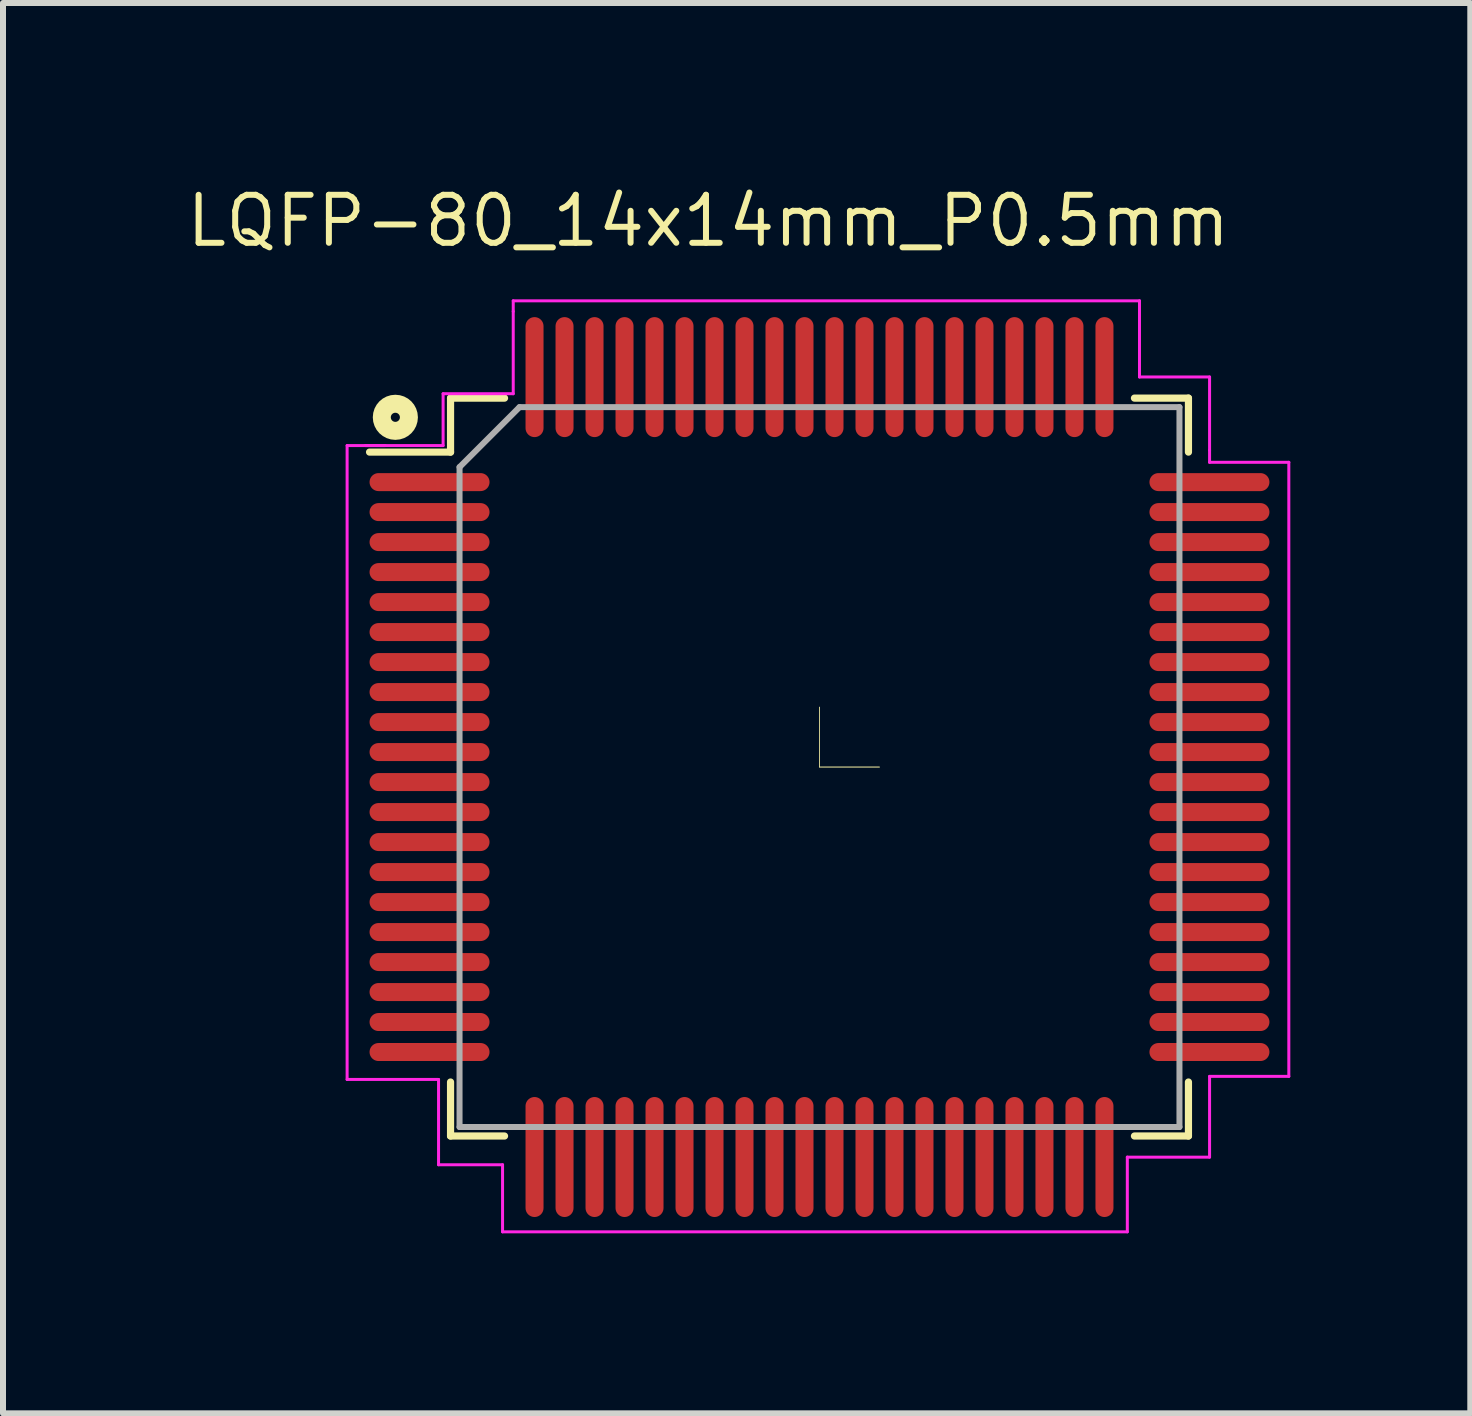
<source format=kicad_pcb>
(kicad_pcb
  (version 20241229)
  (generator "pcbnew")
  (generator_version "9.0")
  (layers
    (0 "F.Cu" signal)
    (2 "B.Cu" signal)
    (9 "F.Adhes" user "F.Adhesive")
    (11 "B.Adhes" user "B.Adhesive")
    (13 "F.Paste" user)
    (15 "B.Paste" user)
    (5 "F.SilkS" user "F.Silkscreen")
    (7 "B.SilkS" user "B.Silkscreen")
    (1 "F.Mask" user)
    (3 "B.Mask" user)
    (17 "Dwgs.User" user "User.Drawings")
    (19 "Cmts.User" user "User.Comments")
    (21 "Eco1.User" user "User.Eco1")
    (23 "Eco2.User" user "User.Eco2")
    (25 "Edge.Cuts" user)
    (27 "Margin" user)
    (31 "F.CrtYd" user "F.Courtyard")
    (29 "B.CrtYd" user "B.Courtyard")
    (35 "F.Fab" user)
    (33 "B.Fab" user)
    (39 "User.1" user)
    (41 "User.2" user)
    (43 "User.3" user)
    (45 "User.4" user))
  (footprint "LQFP-80_14x14mm_P0.5mm"
    (layer "F.Cu")
    (at 10.61 9.736)
    (property "Reference" "LQFP-80_14x14mm_P0.5mm" (at -1.854 -8.636 0) (unlocked yes) (layer "F.SilkS") (effects (font (size 0.8 0.8) (thickness 0.1)) (justify bottom)))
    (fp_line (start -6.15 -6.15) (end -6.15 -5.25) (stroke (width 0.12) (type solid)) (layer "F.SilkS"))
    (fp_line (start -6.15 -5.25) (end -7.5 -5.25) (stroke (width 0.12) (type solid)) (layer "F.SilkS"))
    (fp_line (start -6.15 6.15) (end -6.15 5.25) (stroke (width 0.12) (type solid)) (layer "F.SilkS"))
    (fp_line (start -5.25 -6.15) (end -6.15 -6.15) (stroke (width 0.12) (type solid)) (layer "F.SilkS"))
    (fp_line (start -5.25 6.15) (end -6.15 6.15) (stroke (width 0.12) (type solid)) (layer "F.SilkS"))
    (fp_line (start 0 0) (end 0 -1) (stroke (width 0.01) (type solid)) (layer "F.SilkS"))
    (fp_line (start 0 0) (end 0 -1) (stroke (width 0.01) (type solid)) (layer "F.SilkS"))
    (fp_line (start 0 0) (end 1 0) (stroke (width 0.01) (type solid)) (layer "F.SilkS"))
    (fp_line (start 0 0) (end 1 0) (stroke (width 0.01) (type solid)) (layer "F.SilkS"))
    (fp_line (start 5.25 -6.15) (end 6.15 -6.15) (stroke (width 0.12) (type solid)) (layer "F.SilkS"))
    (fp_line (start 5.25 6.15) (end 6.15 6.15) (stroke (width 0.12) (type solid)) (layer "F.SilkS"))
    (fp_line (start 6.15 -6.15) (end 6.15 -5.25) (stroke (width 0.12) (type solid)) (layer "F.SilkS"))
    (fp_line (start 6.15 6.15) (end 6.15 5.25) (stroke (width 0.12) (type solid)) (layer "F.SilkS"))
    (fp_circle (center -7.07 -5.83) (end -6.844 -5.83) (stroke (width 0.3) (type solid)) (fill no) (layer "F.SilkS"))
    (fp_line (start -7.874 -5.359) (end -7.239 -5.359) (stroke (width 0.05) (type default)) (layer "F.CrtYd"))
    (fp_line (start -7.874 5.207) (end -7.874 -5.359) (stroke (width 0.05) (type default)) (layer "F.CrtYd"))
    (fp_line (start -7.569 -5.359) (end -6.274 -5.359) (stroke (width 0.05) (type default)) (layer "F.CrtYd"))
    (fp_line (start -6.35 5.207) (end -7.874 5.207) (stroke (width 0.05) (type default)) (layer "F.CrtYd"))
    (fp_line (start -6.35 6.629) (end -6.35 5.207) (stroke (width 0.05) (type default)) (layer "F.CrtYd"))
    (fp_line (start -6.274 -6.223) (end -5.105 -6.223) (stroke (width 0.05) (type default)) (layer "F.CrtYd"))
    (fp_line (start -6.274 -5.359) (end -6.274 -6.223) (stroke (width 0.05) (type default)) (layer "F.CrtYd"))
    (fp_line (start -5.283 6.629) (end -6.35 6.629) (stroke (width 0.05) (type default)) (layer "F.CrtYd"))
    (fp_line (start -5.283 7.747) (end -5.283 6.629) (stroke (width 0.05) (type default)) (layer "F.CrtYd"))
    (fp_line (start -5.105 -7.772) (end 5.334 -7.772) (stroke (width 0.05) (type default)) (layer "F.CrtYd"))
    (fp_line (start -5.105 -7.595) (end -5.105 -7.772) (stroke (width 0.05) (type default)) (layer "F.CrtYd"))
    (fp_line (start -5.105 -6.223) (end -5.105 -7.595) (stroke (width 0.05) (type default)) (layer "F.CrtYd"))
    (fp_line (start 5.131 6.502) (end 5.131 7.747) (stroke (width 0.05) (type default)) (layer "F.CrtYd"))
    (fp_line (start 5.131 7.747) (end -5.283 7.747) (stroke (width 0.05) (type default)) (layer "F.CrtYd"))
    (fp_line (start 5.334 -7.772) (end 5.334 -6.502) (stroke (width 0.05) (type default)) (layer "F.CrtYd"))
    (fp_line (start 5.334 -6.502) (end 6.502 -6.502) (stroke (width 0.05) (type default)) (layer "F.CrtYd"))
    (fp_line (start 6.502 -6.502) (end 6.502 -5.283) (stroke (width 0.05) (type default)) (layer "F.CrtYd"))
    (fp_line (start 6.502 -5.283) (end 6.502 -5.08) (stroke (width 0.05) (type default)) (layer "F.CrtYd"))
    (fp_line (start 6.502 -5.08) (end 7.823 -5.08) (stroke (width 0.05) (type default)) (layer "F.CrtYd"))
    (fp_line (start 6.502 5.156) (end 6.502 6.502) (stroke (width 0.05) (type default)) (layer "F.CrtYd"))
    (fp_line (start 6.502 6.502) (end 5.131 6.502) (stroke (width 0.05) (type default)) (layer "F.CrtYd"))
    (fp_line (start 7.823 -5.08) (end 7.823 5.156) (stroke (width 0.05) (type default)) (layer "F.CrtYd"))
    (fp_line (start 7.823 5.156) (end 6.502 5.156) (stroke (width 0.05) (type default)) (layer "F.CrtYd"))
    (fp_line (start -6 -5) (end -6 6) (stroke (width 0.1) (type solid)) (layer "F.Fab"))
    (fp_line (start -6 6) (end 6 6) (stroke (width 0.1) (type solid)) (layer "F.Fab"))
    (fp_line (start -5 -6) (end -6 -5) (stroke (width 0.1) (type solid)) (layer "F.Fab"))
    (fp_line (start 6 -6) (end -5 -6) (stroke (width 0.1) (type solid)) (layer "F.Fab"))
    (fp_line (start 6 6) (end 6 -6) (stroke (width 0.1) (type solid)) (layer "F.Fab"))
    (pad "1" smd oval (at -6.5 -4.75 90) (size 0.3 2) (layers "F.Cu" "F.Mask" "F.Paste"))
    (pad "2" smd oval (at -6.5 -4.25 90) (size 0.3 2) (layers "F.Cu" "F.Mask" "F.Paste"))
    (pad "3" smd oval (at -6.5 -3.75 90) (size 0.3 2) (layers "F.Cu" "F.Mask" "F.Paste"))
    (pad "4" smd oval (at -6.5 -3.25 90) (size 0.3 2) (layers "F.Cu" "F.Mask" "F.Paste"))
    (pad "5" smd oval (at -6.5 -2.75 90) (size 0.3 2) (layers "F.Cu" "F.Mask" "F.Paste"))
    (pad "6" smd oval (at -6.5 -2.25 90) (size 0.3 2) (layers "F.Cu" "F.Mask" "F.Paste"))
    (pad "7" smd oval (at -6.5 -1.75 90) (size 0.3 2) (layers "F.Cu" "F.Mask" "F.Paste"))
    (pad "8" smd oval (at -6.5 -1.25 90) (size 0.3 2) (layers "F.Cu" "F.Mask" "F.Paste"))
    (pad "9" smd oval (at -6.5 -0.75 90) (size 0.3 2) (layers "F.Cu" "F.Mask" "F.Paste"))
    (pad "10" smd oval (at -6.5 -0.25 90) (size 0.3 2) (layers "F.Cu" "F.Mask" "F.Paste"))
    (pad "11" smd oval (at -6.5 0.25 90) (size 0.3 2) (layers "F.Cu" "F.Mask" "F.Paste"))
    (pad "12" smd oval (at -6.5 0.75 90) (size 0.3 2) (layers "F.Cu" "F.Mask" "F.Paste"))
    (pad "13" smd oval (at -6.5 1.25 90) (size 0.3 2) (layers "F.Cu" "F.Mask" "F.Paste"))
    (pad "14" smd oval (at -6.5 1.75 90) (size 0.3 2) (layers "F.Cu" "F.Mask" "F.Paste"))
    (pad "15" smd oval (at -6.5 2.25 90) (size 0.3 2) (layers "F.Cu" "F.Mask" "F.Paste"))
    (pad "16" smd oval (at -6.5 2.75 90) (size 0.3 2) (layers "F.Cu" "F.Mask" "F.Paste"))
    (pad "17" smd oval (at -6.5 3.25 90) (size 0.3 2) (layers "F.Cu" "F.Mask" "F.Paste"))
    (pad "18" smd oval (at -6.5 3.75 90) (size 0.3 2) (layers "F.Cu" "F.Mask" "F.Paste"))
    (pad "19" smd oval (at -6.5 4.25 90) (size 0.3 2) (layers "F.Cu" "F.Mask" "F.Paste"))
    (pad "20" smd oval (at -6.5 4.75 90) (size 0.3 2) (layers "F.Cu" "F.Mask" "F.Paste"))
    (pad "21" smd oval (at -4.75 6.5) (size 0.3 2) (layers "F.Cu" "F.Mask" "F.Paste"))
    (pad "22" smd oval (at -4.25 6.5) (size 0.3 2) (layers "F.Cu" "F.Mask" "F.Paste"))
    (pad "23" smd oval (at -3.75 6.5) (size 0.3 2) (layers "F.Cu" "F.Mask" "F.Paste"))
    (pad "24" smd oval (at -3.25 6.5) (size 0.3 2) (layers "F.Cu" "F.Mask" "F.Paste"))
    (pad "25" smd oval (at -2.75 6.5) (size 0.3 2) (layers "F.Cu" "F.Mask" "F.Paste"))
    (pad "26" smd oval (at -2.25 6.5) (size 0.3 2) (layers "F.Cu" "F.Mask" "F.Paste"))
    (pad "27" smd oval (at -1.75 6.5) (size 0.3 2) (layers "F.Cu" "F.Mask" "F.Paste"))
    (pad "28" smd oval (at -1.25 6.5) (size 0.3 2) (layers "F.Cu" "F.Mask" "F.Paste"))
    (pad "29" smd oval (at -0.75 6.5) (size 0.3 2) (layers "F.Cu" "F.Mask" "F.Paste"))
    (pad "30" smd oval (at -0.25 6.5) (size 0.3 2) (layers "F.Cu" "F.Mask" "F.Paste"))
    (pad "31" smd oval (at 0.25 6.5) (size 0.3 2) (layers "F.Cu" "F.Mask" "F.Paste"))
    (pad "32" smd oval (at 0.75 6.5) (size 0.3 2) (layers "F.Cu" "F.Mask" "F.Paste"))
    (pad "33" smd oval (at 1.25 6.5) (size 0.3 2) (layers "F.Cu" "F.Mask" "F.Paste"))
    (pad "34" smd oval (at 1.75 6.5) (size 0.3 2) (layers "F.Cu" "F.Mask" "F.Paste"))
    (pad "35" smd oval (at 2.25 6.5) (size 0.3 2) (layers "F.Cu" "F.Mask" "F.Paste"))
    (pad "36" smd oval (at 2.75 6.5) (size 0.3 2) (layers "F.Cu" "F.Mask" "F.Paste"))
    (pad "37" smd oval (at 3.25 6.5) (size 0.3 2) (layers "F.Cu" "F.Mask" "F.Paste"))
    (pad "38" smd oval (at 3.75 6.5) (size 0.3 2) (layers "F.Cu" "F.Mask" "F.Paste"))
    (pad "39" smd oval (at 4.25 6.5) (size 0.3 2) (layers "F.Cu" "F.Mask" "F.Paste"))
    (pad "40" smd oval (at 4.75 6.5) (size 0.3 2) (layers "F.Cu" "F.Mask" "F.Paste"))
    (pad "41" smd oval (at 6.5 4.75 90) (size 0.3 2) (layers "F.Cu" "F.Mask" "F.Paste"))
    (pad "42" smd oval (at 6.5 4.25 90) (size 0.3 2) (layers "F.Cu" "F.Mask" "F.Paste"))
    (pad "43" smd oval (at 6.5 3.75 90) (size 0.3 2) (layers "F.Cu" "F.Mask" "F.Paste"))
    (pad "44" smd oval (at 6.5 3.25 90) (size 0.3 2) (layers "F.Cu" "F.Mask" "F.Paste"))
    (pad "45" smd oval (at 6.5 2.75 90) (size 0.3 2) (layers "F.Cu" "F.Mask" "F.Paste"))
    (pad "46" smd oval (at 6.5 2.25 90) (size 0.3 2) (layers "F.Cu" "F.Mask" "F.Paste"))
    (pad "47" smd oval (at 6.5 1.75 90) (size 0.3 2) (layers "F.Cu" "F.Mask" "F.Paste"))
    (pad "48" smd oval (at 6.5 1.25 90) (size 0.3 2) (layers "F.Cu" "F.Mask" "F.Paste"))
    (pad "49" smd oval (at 6.5 0.75 90) (size 0.3 2) (layers "F.Cu" "F.Mask" "F.Paste"))
    (pad "50" smd oval (at 6.5 0.25 90) (size 0.3 2) (layers "F.Cu" "F.Mask" "F.Paste"))
    (pad "51" smd oval (at 6.5 -0.25 90) (size 0.3 2) (layers "F.Cu" "F.Mask" "F.Paste"))
    (pad "52" smd oval (at 6.5 -0.75 90) (size 0.3 2) (layers "F.Cu" "F.Mask" "F.Paste"))
    (pad "53" smd oval (at 6.5 -1.25 90) (size 0.3 2) (layers "F.Cu" "F.Mask" "F.Paste"))
    (pad "54" smd oval (at 6.5 -1.75 90) (size 0.3 2) (layers "F.Cu" "F.Mask" "F.Paste"))
    (pad "55" smd oval (at 6.5 -2.25 90) (size 0.3 2) (layers "F.Cu" "F.Mask" "F.Paste"))
    (pad "56" smd oval (at 6.5 -2.75 90) (size 0.3 2) (layers "F.Cu" "F.Mask" "F.Paste"))
    (pad "57" smd oval (at 6.5 -3.25 90) (size 0.3 2) (layers "F.Cu" "F.Mask" "F.Paste"))
    (pad "58" smd oval (at 6.5 -3.75 90) (size 0.3 2) (layers "F.Cu" "F.Mask" "F.Paste"))
    (pad "59" smd oval (at 6.5 -4.25 90) (size 0.3 2) (layers "F.Cu" "F.Mask" "F.Paste"))
    (pad "60" smd oval (at 6.5 -4.75 90) (size 0.3 2) (layers "F.Cu" "F.Mask" "F.Paste"))
    (pad "61" smd oval (at 4.75 -6.5) (size 0.3 2) (layers "F.Cu" "F.Mask" "F.Paste"))
    (pad "62" smd oval (at 4.25 -6.5) (size 0.3 2) (layers "F.Cu" "F.Mask" "F.Paste"))
    (pad "63" smd oval (at 3.75 -6.5) (size 0.3 2) (layers "F.Cu" "F.Mask" "F.Paste"))
    (pad "64" smd oval (at 3.25 -6.5) (size 0.3 2) (layers "F.Cu" "F.Mask" "F.Paste"))
    (pad "65" smd oval (at 2.75 -6.5) (size 0.3 2) (layers "F.Cu" "F.Mask" "F.Paste"))
    (pad "66" smd oval (at 2.25 -6.5) (size 0.3 2) (layers "F.Cu" "F.Mask" "F.Paste"))
    (pad "67" smd oval (at 1.75 -6.5) (size 0.3 2) (layers "F.Cu" "F.Mask" "F.Paste"))
    (pad "68" smd oval (at 1.25 -6.5) (size 0.3 2) (layers "F.Cu" "F.Mask" "F.Paste"))
    (pad "69" smd oval (at 0.75 -6.5) (size 0.3 2) (layers "F.Cu" "F.Mask" "F.Paste"))
    (pad "70" smd oval (at 0.25 -6.5) (size 0.3 2) (layers "F.Cu" "F.Mask" "F.Paste"))
    (pad "71" smd oval (at -0.25 -6.5) (size 0.3 2) (layers "F.Cu" "F.Mask" "F.Paste"))
    (pad "72" smd oval (at -0.75 -6.5) (size 0.3 2) (layers "F.Cu" "F.Mask" "F.Paste"))
    (pad "73" smd oval (at -1.25 -6.5) (size 0.3 2) (layers "F.Cu" "F.Mask" "F.Paste"))
    (pad "74" smd oval (at -1.75 -6.5) (size 0.3 2) (layers "F.Cu" "F.Mask" "F.Paste"))
    (pad "75" smd oval (at -2.25 -6.5) (size 0.3 2) (layers "F.Cu" "F.Mask" "F.Paste"))
    (pad "76" smd oval (at -2.75 -6.5) (size 0.3 2) (layers "F.Cu" "F.Mask" "F.Paste"))
    (pad "77" smd oval (at -3.25 -6.5) (size 0.3 2) (layers "F.Cu" "F.Mask" "F.Paste"))
    (pad "78" smd oval (at -3.75 -6.5) (size 0.3 2) (layers "F.Cu" "F.Mask" "F.Paste"))
    (pad "79" smd oval (at -4.25 -6.5) (size 0.3 2) (layers "F.Cu" "F.Mask" "F.Paste"))
    (pad "80" smd oval (at -4.75 -6.5) (size 0.3 2) (layers "F.Cu" "F.Mask" "F.Paste")))
  (gr_rect
    (start -3 -3)
    (end 21.458 20.508)
    (stroke (width 0.1) (type default))
    (fill no)
    (layer "Edge.Cuts")))
</source>
